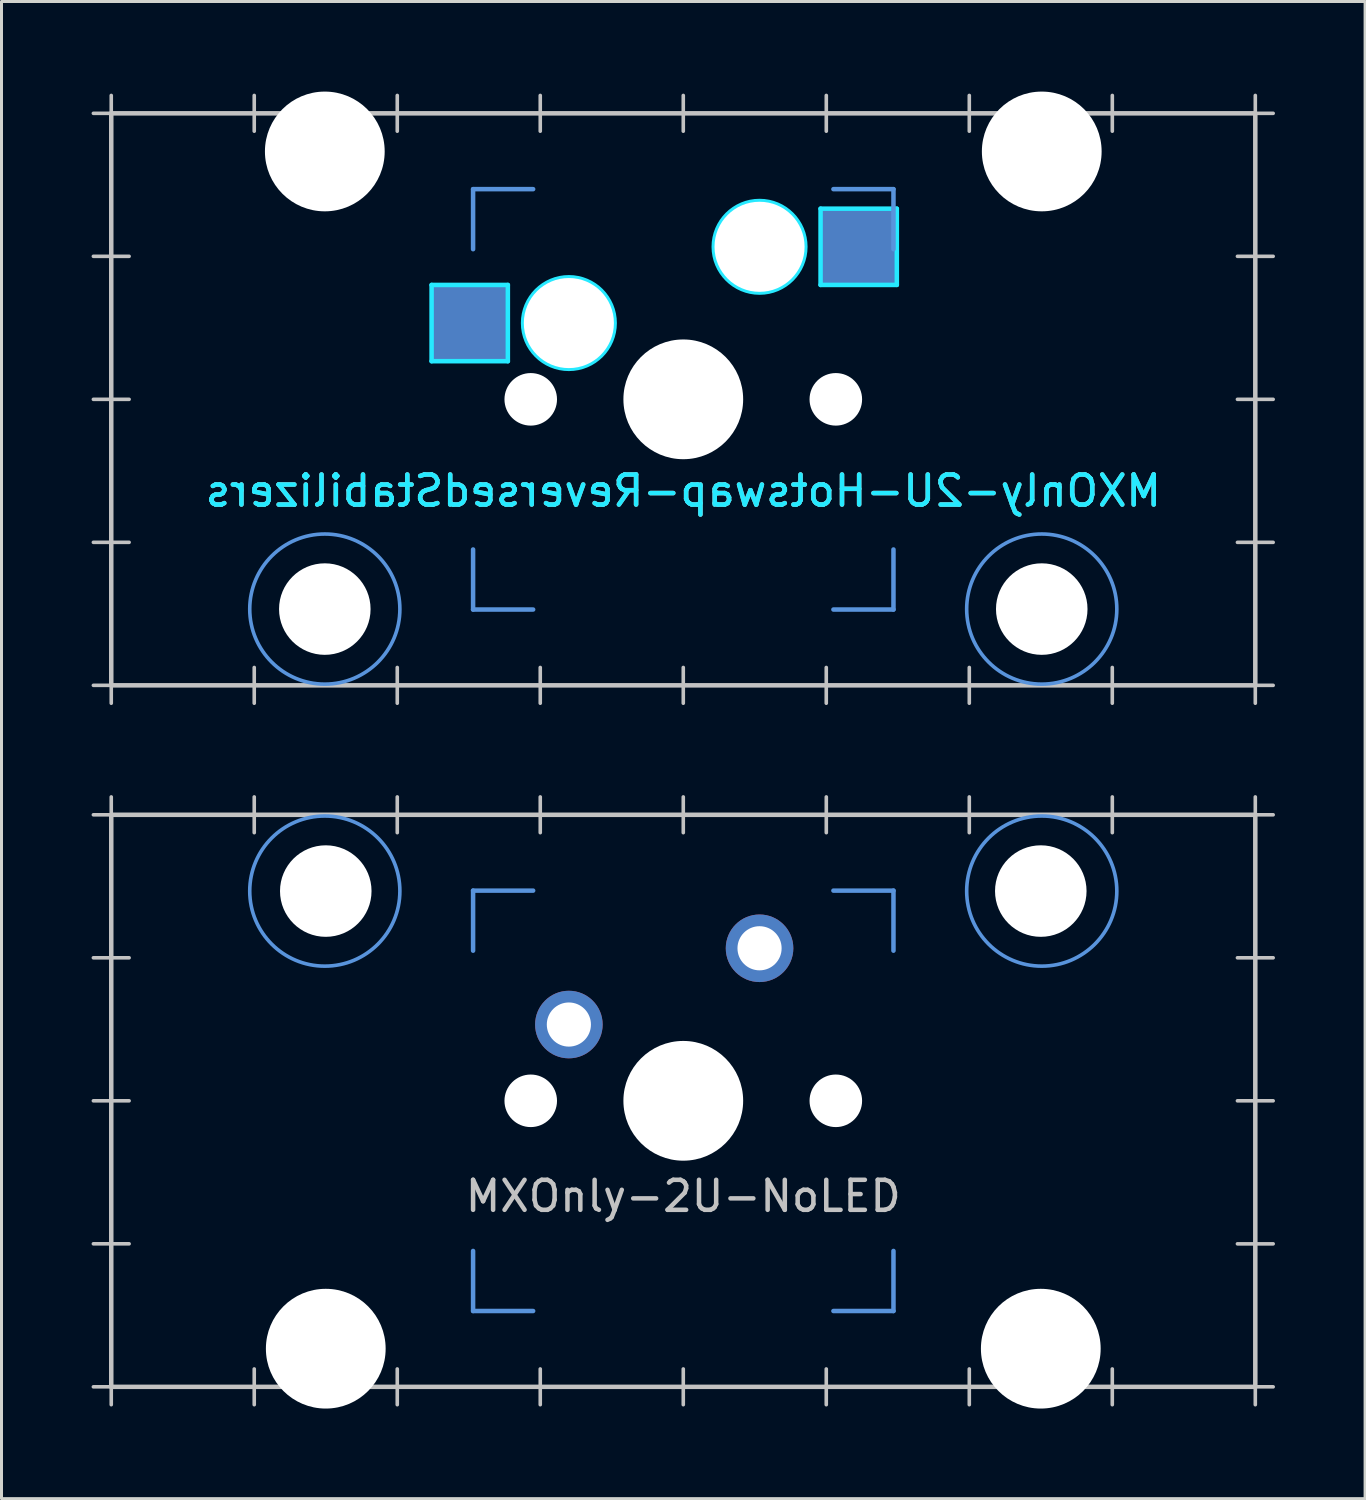
<source format=kicad_pcb>
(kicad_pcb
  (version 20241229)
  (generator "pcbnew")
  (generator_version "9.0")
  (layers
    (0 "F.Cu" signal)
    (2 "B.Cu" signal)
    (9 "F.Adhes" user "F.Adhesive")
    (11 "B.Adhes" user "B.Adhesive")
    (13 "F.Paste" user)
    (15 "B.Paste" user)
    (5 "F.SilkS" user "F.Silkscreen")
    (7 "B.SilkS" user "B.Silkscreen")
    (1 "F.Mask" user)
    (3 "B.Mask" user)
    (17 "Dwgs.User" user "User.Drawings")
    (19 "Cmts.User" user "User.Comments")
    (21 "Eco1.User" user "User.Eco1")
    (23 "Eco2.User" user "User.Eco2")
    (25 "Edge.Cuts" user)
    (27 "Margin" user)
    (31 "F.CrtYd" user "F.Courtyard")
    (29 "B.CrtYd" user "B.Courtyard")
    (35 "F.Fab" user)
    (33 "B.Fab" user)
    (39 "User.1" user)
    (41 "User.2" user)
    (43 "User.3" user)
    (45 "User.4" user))
  (footprint "MXOnly-2U-Hotswap-ReversedStabilizers"
    (layer "F.Cu")
    (at 19.705 10.249)
    (property "Reference" "MXOnly-2U-Hotswap-ReversedStabilizers" (at 0 3.048 0) (layer "B.CrtYd") (effects (font (size 1 1) (thickness 0.15)) (justify mirror)))
    (attr smd)
    (fp_line (start -19.645 -9.525) (end -19.05 -9.525) (stroke (width 0.12) (type solid)) (layer "Dwgs.User"))
    (fp_line (start -19.645 -0.000008) (end -18.455 -0.000008) (stroke (width 0.12) (type solid)) (layer "Dwgs.User"))
    (fp_line (start -19.645 4.762) (end -18.455 4.762) (stroke (width 0.12) (type solid)) (layer "Dwgs.User"))
    (fp_line (start -19.645 9.525) (end -19.05 9.525) (stroke (width 0.12) (type solid)) (layer "Dwgs.User"))
    (fp_line (start -19.05 10.12) (end -19.05 9.525) (stroke (width 0.12) (type solid)) (layer "Dwgs.User"))
    (fp_line (start -19.05 -10.12) (end -19.05 -9.525) (stroke (width 0.12) (type solid)) (layer "Dwgs.User"))
    (fp_line (start -19.05 -9.525) (end 19.05 -9.525) (stroke (width 0.15) (type solid)) (layer "Dwgs.User"))
    (fp_line (start -19.05 9.525) (end -19.05 -9.525) (stroke (width 0.15) (type solid)) (layer "Dwgs.User"))
    (fp_line (start -18.455 -4.763) (end -19.645 -4.763) (stroke (width 0.12) (type solid)) (layer "Dwgs.User"))
    (fp_line (start -14.288 8.93) (end -14.288 10.12) (stroke (width 0.12) (type solid)) (layer "Dwgs.User"))
    (fp_line (start -14.288 -10.12) (end -14.288 -8.93) (stroke (width 0.12) (type solid)) (layer "Dwgs.User"))
    (fp_line (start -9.525 8.93) (end -9.525 10.12) (stroke (width 0.12) (type solid)) (layer "Dwgs.User"))
    (fp_line (start -9.525 -10.12) (end -9.525 -8.93) (stroke (width 0.12) (type solid)) (layer "Dwgs.User"))
    (fp_line (start -4.763 10.12) (end -4.763 8.93) (stroke (width 0.12) (type solid)) (layer "Dwgs.User"))
    (fp_line (start -4.763 -8.93) (end -4.763 -10.12) (stroke (width 0.12) (type solid)) (layer "Dwgs.User"))
    (fp_line (start -0.000018 8.93) (end -0.000018 10.12) (stroke (width 0.12) (type solid)) (layer "Dwgs.User"))
    (fp_line (start 0 -10.12) (end 0 -8.93) (stroke (width 0.12) (type solid)) (layer "Dwgs.User"))
    (fp_line (start 4.762 10.12) (end 4.762 8.93) (stroke (width 0.12) (type solid)) (layer "Dwgs.User"))
    (fp_line (start 4.763 -8.93) (end 4.763 -10.12) (stroke (width 0.12) (type solid)) (layer "Dwgs.User"))
    (fp_line (start 9.525 8.93) (end 9.525 10.12) (stroke (width 0.12) (type solid)) (layer "Dwgs.User"))
    (fp_line (start 9.525 -10.12) (end 9.525 -8.93) (stroke (width 0.12) (type solid)) (layer "Dwgs.User"))
    (fp_line (start 14.287 10.12) (end 14.287 8.93) (stroke (width 0.12) (type solid)) (layer "Dwgs.User"))
    (fp_line (start 14.288 -8.93) (end 14.288 -10.12) (stroke (width 0.12) (type solid)) (layer "Dwgs.User"))
    (fp_line (start 18.455 4.763) (end 19.645 4.763) (stroke (width 0.12) (type solid)) (layer "Dwgs.User"))
    (fp_line (start 19.05 10.12) (end 19.05 9.525) (stroke (width 0.12) (type solid)) (layer "Dwgs.User"))
    (fp_line (start 19.05 -9.525) (end 19.05 9.525) (stroke (width 0.15) (type solid)) (layer "Dwgs.User"))
    (fp_line (start 19.05 9.525) (end -19.05 9.525) (stroke (width 0.15) (type solid)) (layer "Dwgs.User"))
    (fp_line (start 19.05 -10.12) (end 19.05 -9.525) (stroke (width 0.12) (type solid)) (layer "Dwgs.User"))
    (fp_line (start 19.645 -9.525) (end 19.05 -9.525) (stroke (width 0.12) (type solid)) (layer "Dwgs.User"))
    (fp_line (start 19.645 -4.763) (end 18.455 -4.763) (stroke (width 0.12) (type solid)) (layer "Dwgs.User"))
    (fp_line (start 19.645 0) (end 18.455 0) (stroke (width 0.12) (type solid)) (layer "Dwgs.User"))
    (fp_line (start 19.645 9.525) (end 19.05 9.525) (stroke (width 0.12) (type solid)) (layer "Dwgs.User"))
    (fp_line (start -7 -7) (end -7 -5) (stroke (width 0.15) (type solid)) (layer "Cmts.User"))
    (fp_line (start -7 7) (end -7 5) (stroke (width 0.15) (type solid)) (layer "Cmts.User"))
    (fp_line (start -5 -7) (end -7 -7) (stroke (width 0.15) (type solid)) (layer "Cmts.User"))
    (fp_line (start -5 7) (end -7 7) (stroke (width 0.15) (type solid)) (layer "Cmts.User"))
    (fp_line (start 5 -7) (end 7 -7) (stroke (width 0.15) (type solid)) (layer "Cmts.User"))
    (fp_line (start 7 -7) (end 7 -5) (stroke (width 0.15) (type solid)) (layer "Cmts.User"))
    (fp_line (start 7 5) (end 7 7) (stroke (width 0.15) (type solid)) (layer "Cmts.User"))
    (fp_line (start 7 7) (end 5 7) (stroke (width 0.15) (type solid)) (layer "Cmts.User"))
    (fp_circle (center -11.938 6.985) (end -14.438 6.985) (stroke (width 0.12) (type solid)) (fill no) (layer "Cmts.User"))
    (fp_circle (center 11.938 6.985) (end 9.438 6.985) (stroke (width 0.12) (type solid)) (fill no) (layer "Cmts.User"))
    (fp_line (start -8.382 -3.81) (end -5.842 -3.81) (stroke (width 0.15) (type solid)) (layer "B.CrtYd"))
    (fp_line (start -8.382 -1.27) (end -8.382 -3.81) (stroke (width 0.15) (type solid)) (layer "B.CrtYd"))
    (fp_line (start -5.842 -3.81) (end -5.842 -1.27) (stroke (width 0.15) (type solid)) (layer "B.CrtYd"))
    (fp_line (start -5.842 -1.27) (end -8.382 -1.27) (stroke (width 0.15) (type solid)) (layer "B.CrtYd"))
    (fp_line (start 4.572 -6.35) (end 7.112 -6.35) (stroke (width 0.15) (type solid)) (layer "B.CrtYd"))
    (fp_line (start 4.572 -3.81) (end 4.572 -6.35) (stroke (width 0.15) (type solid)) (layer "B.CrtYd"))
    (fp_line (start 7.112 -6.35) (end 7.112 -3.81) (stroke (width 0.15) (type solid)) (layer "B.CrtYd"))
    (fp_line (start 7.112 -3.81) (end 4.572 -3.81) (stroke (width 0.15) (type solid)) (layer "B.CrtYd"))
    (fp_circle (center -3.81 -2.54) (end -3.81 -4.064) (stroke (width 0.15) (type solid)) (fill no) (layer "B.CrtYd"))
    (fp_circle (center 2.54 -5.08) (end 2.54 -6.604) (stroke (width 0.15) (type solid)) (fill no) (layer "B.CrtYd"))
    (fp_text user "${REFERENCE}" (at 0 3.048 0) (layer "B.SilkS") (effects (font (size 1 1) (thickness 0.15)) (justify mirror)))
    (pad "" np_thru_hole circle (at -11.938 -8.255) (size 3.988 3.988) (drill 3.988) (layers "*.Cu" "*.Mask"))
    (pad "" np_thru_hole circle (at -11.938 6.985) (size 3.048 3.048) (drill 3.048) (layers "*.Cu" "*.Mask"))
    (pad "" np_thru_hole circle (at -5.08 0 48.1) (size 1.75 1.75) (drill 1.75) (layers "*.Cu" "*.Mask"))
    (pad "" np_thru_hole circle (at -3.81 -2.54) (size 3 3) (drill 3) (layers "*.Cu" "*.Mask"))
    (pad "" np_thru_hole circle (at 0 0) (size 3.988 3.988) (drill 3.988) (layers "*.Cu" "*.Mask"))
    (pad "" np_thru_hole circle (at 2.54 -5.08) (size 3 3) (drill 3) (layers "*.Cu" "*.Mask"))
    (pad "" np_thru_hole circle (at 5.08 0 48.1) (size 1.75 1.75) (drill 1.75) (layers "*.Cu" "*.Mask"))
    (pad "" np_thru_hole circle (at 11.938 -8.255) (size 3.988 3.988) (drill 3.988) (layers "*.Cu" "*.Mask"))
    (pad "" np_thru_hole circle (at 11.938 6.985) (size 3.048 3.048) (drill 3.048) (layers "*.Cu" "*.Mask"))
    (pad "1" smd rect (at -7.085 -2.54) (size 2.55 2.5) (layers "B.Cu" "B.Mask" "B.Paste"))
    (pad "2" smd rect (at 5.842 -5.08) (size 2.55 2.5) (layers "B.Cu" "B.Mask" "B.Paste")))
  (footprint "MXOnly-2U-NoLED"
    (layer "F.Cu")
    (at 19.705 33.61)
    (property "Reference" "MXOnly-2U-NoLED" (at 0 3.175 0) (layer "Dwgs.User") (effects (font (size 1 1) (thickness 0.15))))
    (attr through_hole)
    (fp_line (start -19.645 -9.525) (end -19.05 -9.525) (stroke (width 0.12) (type solid)) (layer "Dwgs.User"))
    (fp_line (start -19.645 -0.000008) (end -18.455 -0.000008) (stroke (width 0.12) (type solid)) (layer "Dwgs.User"))
    (fp_line (start -19.645 4.762) (end -18.455 4.762) (stroke (width 0.12) (type solid)) (layer "Dwgs.User"))
    (fp_line (start -19.645 9.525) (end -19.05 9.525) (stroke (width 0.12) (type solid)) (layer "Dwgs.User"))
    (fp_line (start -19.05 10.12) (end -19.05 9.525) (stroke (width 0.12) (type solid)) (layer "Dwgs.User"))
    (fp_line (start -19.05 -10.12) (end -19.05 -9.525) (stroke (width 0.12) (type solid)) (layer "Dwgs.User"))
    (fp_line (start -19.05 -9.525) (end 19.05 -9.525) (stroke (width 0.15) (type solid)) (layer "Dwgs.User"))
    (fp_line (start -19.05 9.525) (end -19.05 -9.525) (stroke (width 0.15) (type solid)) (layer "Dwgs.User"))
    (fp_line (start -19.05 9.525) (end 19.05 9.525) (stroke (width 0.15) (type solid)) (layer "Dwgs.User"))
    (fp_line (start -18.455 -4.763) (end -19.645 -4.763) (stroke (width 0.12) (type solid)) (layer "Dwgs.User"))
    (fp_line (start -14.288 8.93) (end -14.288 10.12) (stroke (width 0.12) (type solid)) (layer "Dwgs.User"))
    (fp_line (start -14.288 -10.12) (end -14.288 -8.93) (stroke (width 0.12) (type solid)) (layer "Dwgs.User"))
    (fp_line (start -9.525 8.93) (end -9.525 10.12) (stroke (width 0.12) (type solid)) (layer "Dwgs.User"))
    (fp_line (start -9.525 -10.12) (end -9.525 -8.93) (stroke (width 0.12) (type solid)) (layer "Dwgs.User"))
    (fp_line (start -4.763 10.12) (end -4.763 8.93) (stroke (width 0.12) (type solid)) (layer "Dwgs.User"))
    (fp_line (start -4.763 -8.93) (end -4.763 -10.12) (stroke (width 0.12) (type solid)) (layer "Dwgs.User"))
    (fp_line (start -0.000018 8.93) (end -0.000018 10.12) (stroke (width 0.12) (type solid)) (layer "Dwgs.User"))
    (fp_line (start 0 -10.12) (end 0 -8.93) (stroke (width 0.12) (type solid)) (layer "Dwgs.User"))
    (fp_line (start 4.762 10.12) (end 4.762 8.93) (stroke (width 0.12) (type solid)) (layer "Dwgs.User"))
    (fp_line (start 4.763 -8.93) (end 4.763 -10.12) (stroke (width 0.12) (type solid)) (layer "Dwgs.User"))
    (fp_line (start 9.525 8.93) (end 9.525 10.12) (stroke (width 0.12) (type solid)) (layer "Dwgs.User"))
    (fp_line (start 9.525 -10.12) (end 9.525 -8.93) (stroke (width 0.12) (type solid)) (layer "Dwgs.User"))
    (fp_line (start 14.287 10.12) (end 14.287 8.93) (stroke (width 0.12) (type solid)) (layer "Dwgs.User"))
    (fp_line (start 14.288 -8.93) (end 14.288 -10.12) (stroke (width 0.12) (type solid)) (layer "Dwgs.User"))
    (fp_line (start 18.455 4.763) (end 19.645 4.763) (stroke (width 0.12) (type solid)) (layer "Dwgs.User"))
    (fp_line (start 19.05 10.12) (end 19.05 9.525) (stroke (width 0.12) (type solid)) (layer "Dwgs.User"))
    (fp_line (start 19.05 -9.525) (end 19.05 9.525) (stroke (width 0.15) (type solid)) (layer "Dwgs.User"))
    (fp_line (start 19.05 -10.12) (end 19.05 -9.525) (stroke (width 0.12) (type solid)) (layer "Dwgs.User"))
    (fp_line (start 19.645 -9.525) (end 19.05 -9.525) (stroke (width 0.12) (type solid)) (layer "Dwgs.User"))
    (fp_line (start 19.645 -4.763) (end 18.455 -4.763) (stroke (width 0.12) (type solid)) (layer "Dwgs.User"))
    (fp_line (start 19.645 0) (end 18.455 0) (stroke (width 0.12) (type solid)) (layer "Dwgs.User"))
    (fp_line (start 19.645 9.525) (end 19.05 9.525) (stroke (width 0.12) (type solid)) (layer "Dwgs.User"))
    (fp_line (start -7 -7) (end -7 -5) (stroke (width 0.15) (type solid)) (layer "Cmts.User"))
    (fp_line (start -7 7) (end -7 5) (stroke (width 0.15) (type solid)) (layer "Cmts.User"))
    (fp_line (start -5 -7) (end -7 -7) (stroke (width 0.15) (type solid)) (layer "Cmts.User"))
    (fp_line (start -5 7) (end -7 7) (stroke (width 0.15) (type solid)) (layer "Cmts.User"))
    (fp_line (start 5 -7) (end 7 -7) (stroke (width 0.15) (type solid)) (layer "Cmts.User"))
    (fp_line (start 7 -7) (end 7 -5) (stroke (width 0.15) (type solid)) (layer "Cmts.User"))
    (fp_line (start 7 5) (end 7 7) (stroke (width 0.15) (type solid)) (layer "Cmts.User"))
    (fp_line (start 7 7) (end 5 7) (stroke (width 0.15) (type solid)) (layer "Cmts.User"))
    (fp_circle (center -11.938 -6.985) (end -9.438 -6.985) (stroke (width 0.12) (type solid)) (fill no) (layer "Cmts.User"))
    (fp_circle (center 11.938 -6.985) (end 14.438 -6.985) (stroke (width 0.12) (type solid)) (fill no) (layer "Cmts.User"))
    (pad "" np_thru_hole circle (at -11.906 -6.985) (size 3.048 3.048) (drill 3.048) (layers "*.Cu" "*.Mask"))
    (pad "" np_thru_hole circle (at -11.906 8.255) (size 3.988 3.988) (drill 3.988) (layers "*.Cu" "*.Mask"))
    (pad "" np_thru_hole circle (at -5.08 0 48.1) (size 1.75 1.75) (drill 1.75) (layers "*.Cu" "*.Mask"))
    (pad "" np_thru_hole circle (at 0 0) (size 3.988 3.988) (drill 3.988) (layers "*.Cu" "*.Mask"))
    (pad "" np_thru_hole circle (at 5.08 0 48.1) (size 1.75 1.75) (drill 1.75) (layers "*.Cu" "*.Mask"))
    (pad "" np_thru_hole circle (at 11.906 -6.985) (size 3.048 3.048) (drill 3.048) (layers "*.Cu" "*.Mask"))
    (pad "" np_thru_hole circle (at 11.906 8.255) (size 3.988 3.988) (drill 3.988) (layers "*.Cu" "*.Mask"))
    (pad "1" thru_hole circle (at -3.81 -2.54) (size 2.25 2.25) (drill 1.47) (layers "*.Cu" "B.Mask"))
    (pad "2" thru_hole circle (at 2.54 -5.08) (size 2.25 2.25) (drill 1.47) (layers "*.Cu" "B.Mask")))
  (gr_rect
    (start -3 -3)
    (end 42.411 46.858)
    (stroke (width 0.1) (type default))
    (fill no)
    (layer "Edge.Cuts")))
</source>
